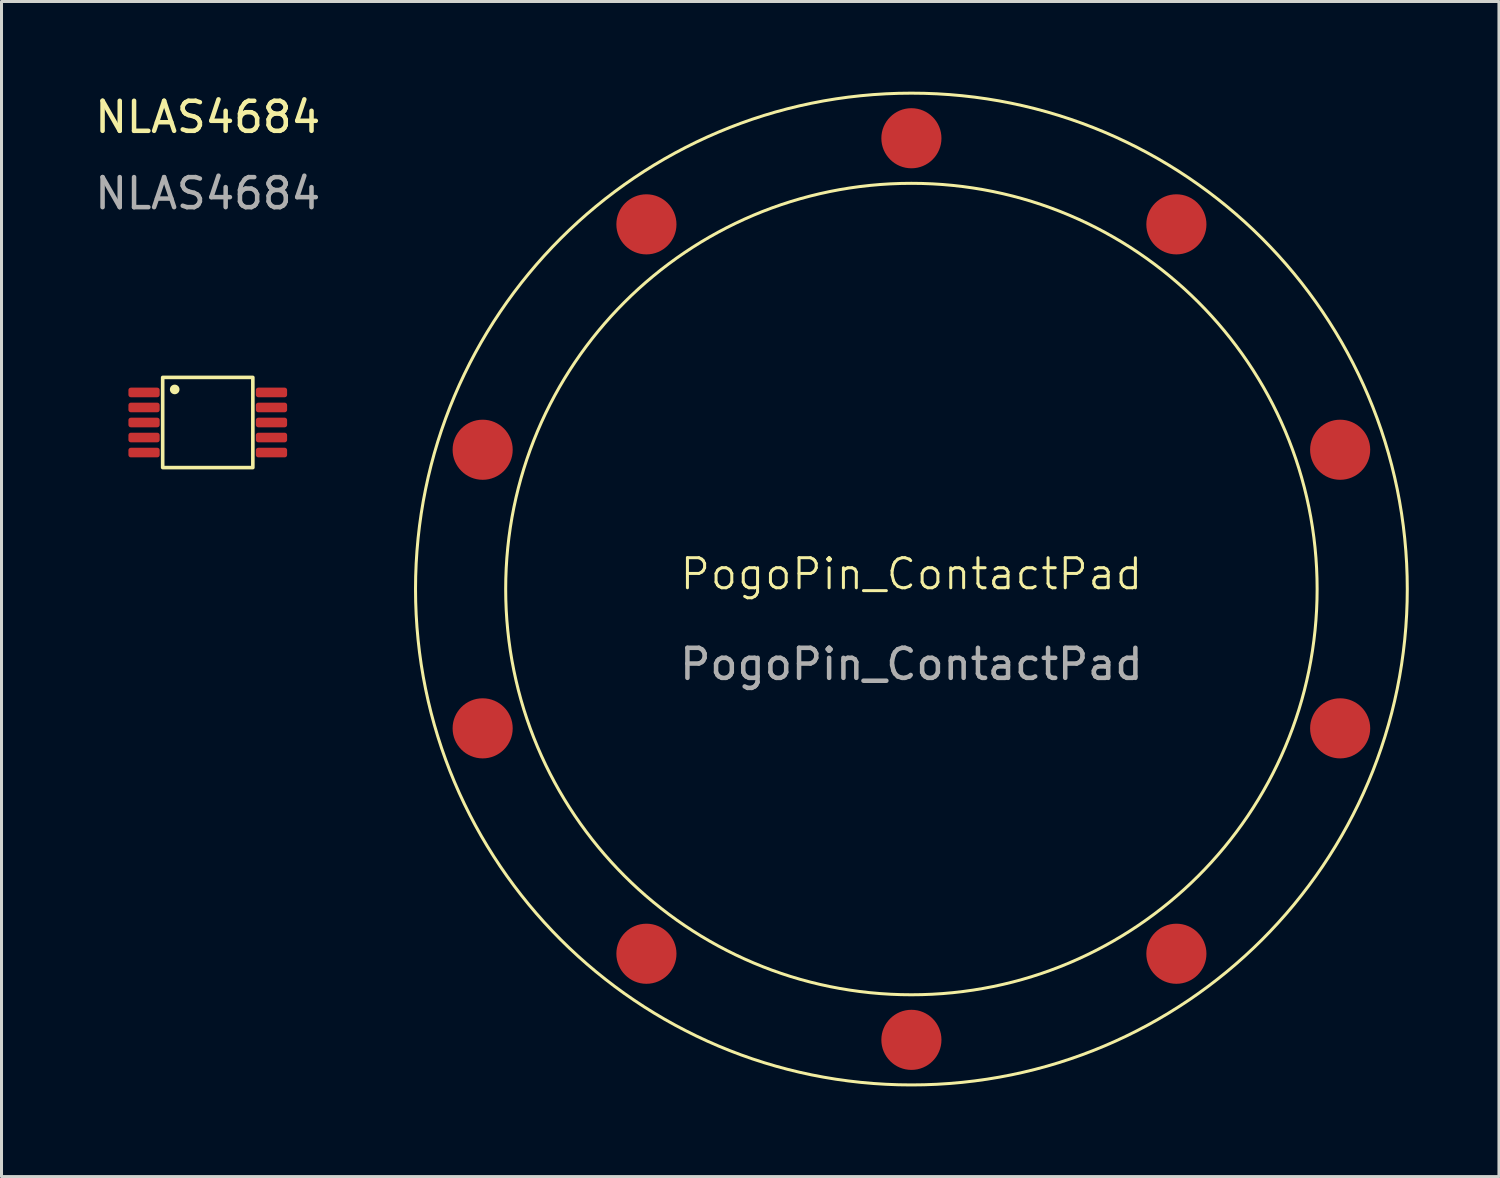
<source format=kicad_pcb>
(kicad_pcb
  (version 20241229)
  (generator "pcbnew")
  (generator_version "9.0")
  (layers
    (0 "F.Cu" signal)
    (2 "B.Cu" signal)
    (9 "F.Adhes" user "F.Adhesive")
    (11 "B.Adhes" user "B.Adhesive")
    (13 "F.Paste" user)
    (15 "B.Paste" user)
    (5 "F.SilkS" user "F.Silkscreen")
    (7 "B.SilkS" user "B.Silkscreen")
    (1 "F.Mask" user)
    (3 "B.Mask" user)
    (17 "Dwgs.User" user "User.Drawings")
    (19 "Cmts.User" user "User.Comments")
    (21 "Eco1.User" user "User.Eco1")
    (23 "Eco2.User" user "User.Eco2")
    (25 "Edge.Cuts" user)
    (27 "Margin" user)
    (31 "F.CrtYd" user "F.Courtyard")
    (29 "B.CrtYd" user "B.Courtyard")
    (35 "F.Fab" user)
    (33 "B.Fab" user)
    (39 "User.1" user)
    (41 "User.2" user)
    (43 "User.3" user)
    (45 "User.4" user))
  (footprint "PogoPin_ContactPad"
    (layer "F.Cu")
    (at 27.276 16.55)
    (property "Reference" "PogoPin_ContactPad" (at 0 -0.5 0) (unlocked yes) (layer "F.SilkS") (effects (font (size 1 1) (thickness 0.1))))
    (attr smd)
    (fp_circle (center 0 0) (end 13.5 0) (stroke (width 0.1) (type default)) (fill no) (layer "F.SilkS"))
    (fp_circle (center 0 0) (end 16.5 0) (stroke (width 0.1) (type default)) (fill no) (layer "F.SilkS"))
    (fp_text user "${REFERENCE}" (at 0 2.5 0) (unlocked yes) (layer "F.Fab") (effects (font (size 1 1) (thickness 0.15))))
    (pad "1" smd circle (at 0 15) (size 2 2) (layers "F.Cu" "F.Mask" "F.Paste"))
    (pad "2" smd circle (at -8.817 12.135) (size 2 2) (layers "F.Cu" "F.Mask" "F.Paste"))
    (pad "3" smd circle (at -14.266 4.635) (size 2 2) (layers "F.Cu" "F.Mask" "F.Paste"))
    (pad "4" smd circle (at -14.266 -4.635) (size 2 2) (layers "F.Cu" "F.Mask" "F.Paste"))
    (pad "5" smd circle (at -8.817 -12.135) (size 2 2) (layers "F.Cu" "F.Mask" "F.Paste"))
    (pad "6" smd circle (at 0 -15) (size 2 2) (layers "F.Cu" "F.Mask" "F.Paste"))
    (pad "7" smd circle (at 8.817 -12.135) (size 2 2) (layers "F.Cu" "F.Mask" "F.Paste"))
    (pad "8" smd circle (at 14.266 -4.635) (size 2 2) (layers "F.Cu" "F.Mask" "F.Paste"))
    (pad "9" smd circle (at 14.266 4.635) (size 2 2) (layers "F.Cu" "F.Mask" "F.Paste"))
    (pad "10" smd circle (at 8.817 12.135) (size 2 2) (layers "F.Cu" "F.Mask" "F.Paste")))
  (footprint "NLAS4684"
    (layer "F.Cu")
    (at 3.863 11.008)
    (property "Reference" "NLAS4684" (at 0 -10.16 0) (unlocked yes) (layer "F.SilkS") (effects (font (size 1 1) (thickness 0.15))))
    (attr smd)
    (fp_rect (start -1.5 -1.5) (end 1.5 1.5) (stroke (width 0.12) (type solid)) (fill no) (layer "F.SilkS"))
    (fp_circle (center -1.1 -1.1) (end -1 -1.1) (stroke (width 0.12) (type solid)) (fill yes) (layer "F.SilkS"))
    (fp_text user "${REFERENCE}" (at 0 -7.62 0) (unlocked yes) (layer "F.Fab") (effects (font (size 1 1) (thickness 0.15))))
    (pad "1" smd roundrect (at -2.12 -1 90) (size 0.32 1.04) (layers "F.Cu" "F.Mask" "F.Paste") (roundrect_rratio 0.25))
    (pad "2" smd roundrect (at -2.12 -0.5) (size 1.04 0.32) (layers "F.Cu" "F.Mask" "F.Paste") (roundrect_rratio 0.25))
    (pad "3" smd roundrect (at -2.12 0) (size 1.04 0.32) (layers "F.Cu" "F.Mask" "F.Paste") (roundrect_rratio 0.25))
    (pad "4" smd roundrect (at -2.12 0.5) (size 1.04 0.32) (layers "F.Cu" "F.Mask" "F.Paste") (roundrect_rratio 0.25))
    (pad "5" smd roundrect (at -2.12 1) (size 1.04 0.32) (layers "F.Cu" "F.Mask" "F.Paste") (roundrect_rratio 0.25))
    (pad "6" smd roundrect (at 2.12 1) (size 1.04 0.32) (layers "F.Cu" "F.Mask" "F.Paste") (roundrect_rratio 0.25))
    (pad "7" smd roundrect (at 2.12 0.5) (size 1.04 0.32) (layers "F.Cu" "F.Mask" "F.Paste") (roundrect_rratio 0.25))
    (pad "8" smd roundrect (at 2.12 0) (size 1.04 0.32) (layers "F.Cu" "F.Mask" "F.Paste") (roundrect_rratio 0.25))
    (pad "9" smd roundrect (at 2.12 -0.5) (size 1.04 0.32) (layers "F.Cu" "F.Mask" "F.Paste") (roundrect_rratio 0.25))
    (pad "10" smd roundrect (at 2.12 -1) (size 1.04 0.32) (layers "F.Cu" "F.Mask" "F.Paste") (roundrect_rratio 0.25)))
  (gr_rect
    (start -3 -3)
    (end 46.826 36.1)
    (stroke (width 0.1) (type default))
    (fill no)
    (layer "Edge.Cuts")))
</source>
